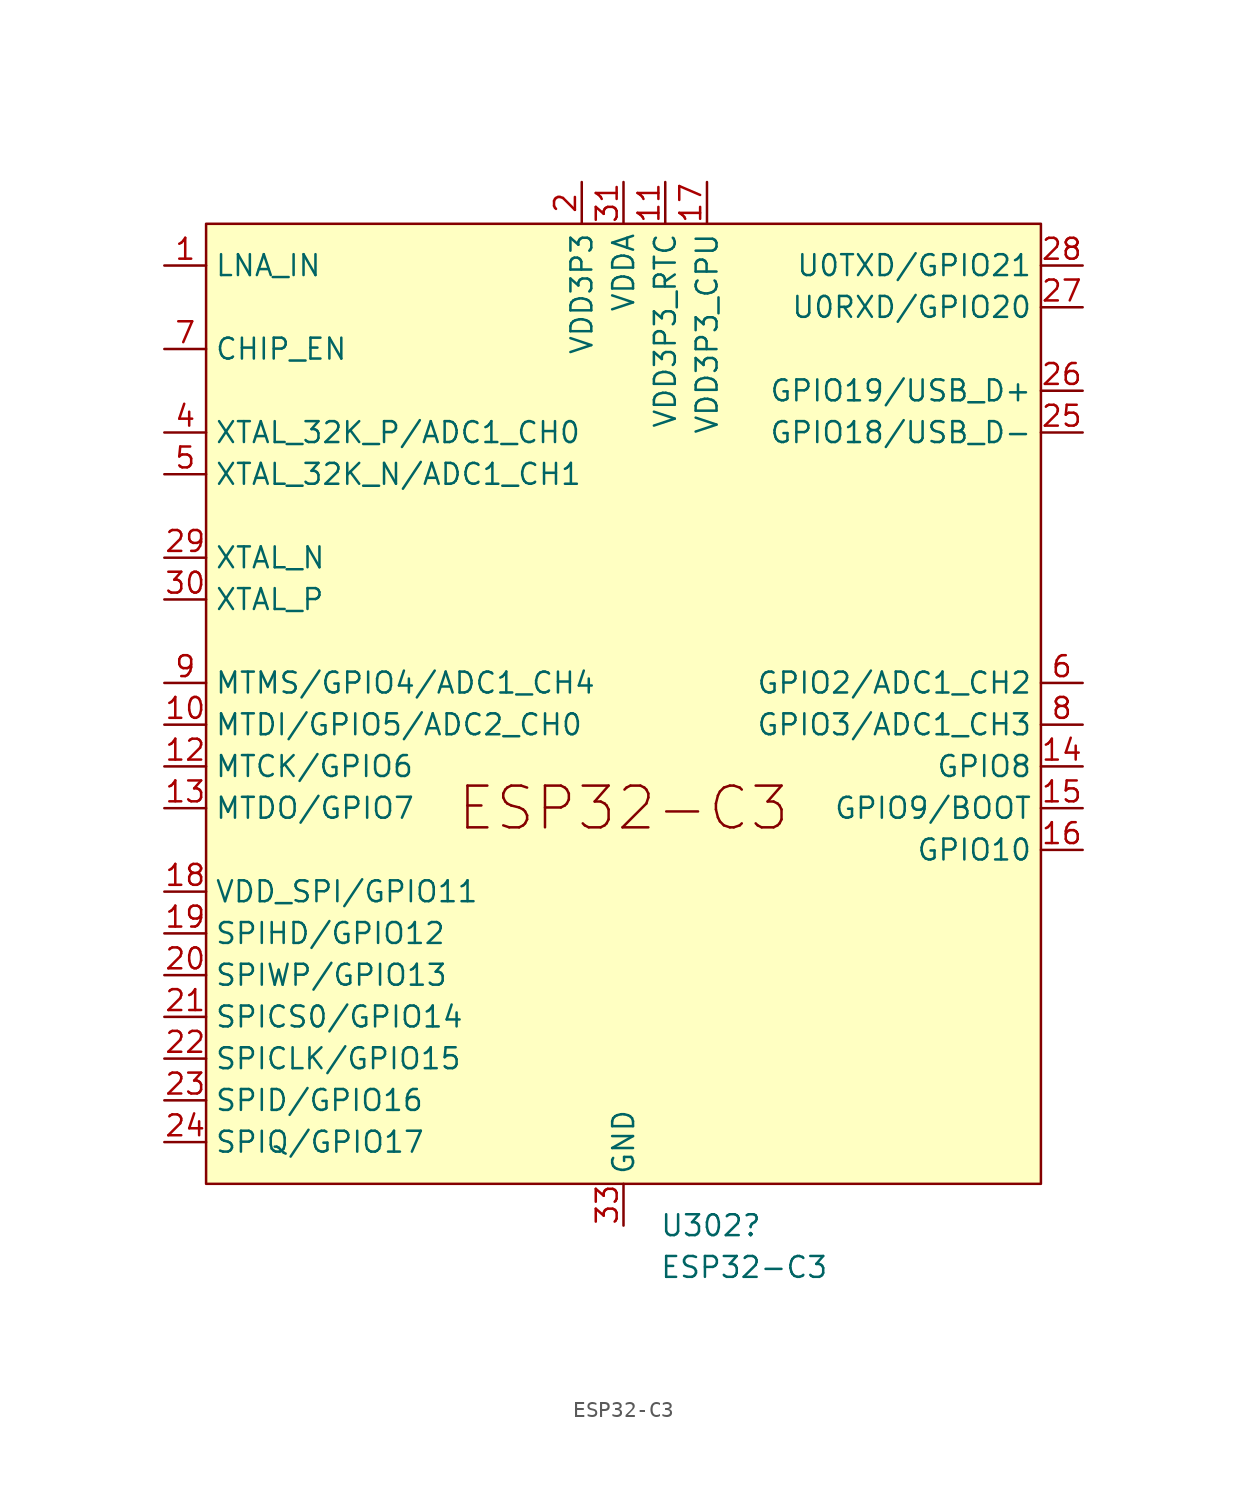
<source format=kicad_sym>
(kicad_symbol_lib
  (version 20231120)
  (generator "kicad_symbol_editor")
  (generator_version "8.0")
  (symbol "ESP32-C3"
    (property "Reference" "U302"
      (at 2.194 -30.48 0)
      (effects (font (size 1.27 1.27)) (justify left)))
    (property "Value" "ESP32-C3"
      (at 2.194 -33.02 0)
      (effects (font (size 1.27 1.27)) (justify left)))
    (symbol "ESP32-C3_0_0"
      (text "ESP32-C3" (at 0 -5.08 0) (effects (font (size 2.54 2.54))))
      (pin bidirectional line (at -27.94 27.94 0) (length 2.54) (name "LNA_IN" (effects (font (size 1.27 1.27)))) (number "1" (effects (font (size 1.27 1.27)))))
      (pin bidirectional line (at -27.94 0 0) (length 2.54) (name "MTDI/GPIO5/ADC2_CH0" (effects (font (size 1.27 1.27)))) (number "10" (effects (font (size 1.27 1.27)))))
      (pin power_in line (at 2.54 33.02 270) (length 2.54) (name "VDD3P3_RTC" (effects (font (size 1.27 1.27)))) (number "11" (effects (font (size 1.27 1.27)))))
      (pin bidirectional line (at -27.94 -2.54 0) (length 2.54) (name "MTCK/GPIO6" (effects (font (size 1.27 1.27)))) (number "12" (effects (font (size 1.27 1.27)))))
      (pin bidirectional line (at -27.94 -5.08 0) (length 2.54) (name "MTDO/GPIO7" (effects (font (size 1.27 1.27)))) (number "13" (effects (font (size 1.27 1.27)))))
      (pin bidirectional line (at 27.94 -2.54 180) (length 2.54) (name "GPIO8" (effects (font (size 1.27 1.27)))) (number "14" (effects (font (size 1.27 1.27)))))
      (pin bidirectional line (at 27.94 -5.08 180) (length 2.54) (name "GPIO9/BOOT" (effects (font (size 1.27 1.27)))) (number "15" (effects (font (size 1.27 1.27)))))
      (pin bidirectional line (at 27.94 -7.62 180) (length 2.54) (name "GPIO10" (effects (font (size 1.27 1.27)))) (number "16" (effects (font (size 1.27 1.27)))))
      (pin power_in line (at 5.08 33.02 270) (length 2.54) (name "VDD3P3_CPU" (effects (font (size 1.27 1.27)))) (number "17" (effects (font (size 1.27 1.27)))))
      (pin bidirectional line (at -27.94 -10.16 0) (length 2.54) (name "VDD_SPI/GPIO11" (effects (font (size 1.27 1.27)))) (number "18" (effects (font (size 1.27 1.27)))))
      (pin bidirectional line (at -27.94 -12.7 0) (length 2.54) (name "SPIHD/GPIO12" (effects (font (size 1.27 1.27)))) (number "19" (effects (font (size 1.27 1.27)))))
      (pin power_in line (at -2.54 33.02 270) (length 2.54) (name "VDD3P3" (effects (font (size 1.27 1.27)))) (number "2" (effects (font (size 1.27 1.27)))))
      (pin bidirectional line (at -27.94 -15.24 0) (length 2.54) (name "SPIWP/GPIO13" (effects (font (size 1.27 1.27)))) (number "20" (effects (font (size 1.27 1.27)))))
      (pin bidirectional line (at -27.94 -17.78 0) (length 2.54) (name "SPICS0/GPIO14" (effects (font (size 1.27 1.27)))) (number "21" (effects (font (size 1.27 1.27)))))
      (pin bidirectional line (at -27.94 -20.32 0) (length 2.54) (name "SPICLK/GPIO15" (effects (font (size 1.27 1.27)))) (number "22" (effects (font (size 1.27 1.27)))))
      (pin bidirectional line (at -27.94 -22.86 0) (length 2.54) (name "SPID/GPIO16" (effects (font (size 1.27 1.27)))) (number "23" (effects (font (size 1.27 1.27)))))
      (pin bidirectional line (at -27.94 -25.4 0) (length 2.54) (name "SPIQ/GPIO17" (effects (font (size 1.27 1.27)))) (number "24" (effects (font (size 1.27 1.27)))))
      (pin bidirectional line (at 27.94 17.78 180) (length 2.54) (name "GPIO18/USB_D-" (effects (font (size 1.27 1.27)))) (number "25" (effects (font (size 1.27 1.27)))))
      (pin bidirectional line (at 27.94 20.32 180) (length 2.54) (name "GPIO19/USB_D+" (effects (font (size 1.27 1.27)))) (number "26" (effects (font (size 1.27 1.27)))))
      (pin bidirectional line (at 27.94 25.4 180) (length 2.54) (name "U0RXD/GPIO20" (effects (font (size 1.27 1.27)))) (number "27" (effects (font (size 1.27 1.27)))))
      (pin bidirectional line (at 27.94 27.94 180) (length 2.54) (name "U0TXD/GPIO21" (effects (font (size 1.27 1.27)))) (number "28" (effects (font (size 1.27 1.27)))))
      (pin output line (at -27.94 10.16 0) (length 2.54) (name "XTAL_N" (effects (font (size 1.27 1.27)))) (number "29" (effects (font (size 1.27 1.27)))))
      (pin input line (at -27.94 7.62 0) (length 2.54) (name "XTAL_P" (effects (font (size 1.27 1.27)))) (number "30" (effects (font (size 1.27 1.27)))))
      (pin power_in line (at 0 33.02 270) (length 2.54) (name "VDDA" (effects (font (size 1.27 1.27)))) (number "31" (effects (font (size 1.27 1.27)))))
      (pin power_in line (at 0 -30.48 90) (length 2.54) (name "GND" (effects (font (size 1.27 1.27)))) (number "33" (effects (font (size 1.27 1.27)))))
      (pin output line (at -27.94 17.78 0) (length 2.54) (name "XTAL_32K_P/ADC1_CH0" (effects (font (size 1.27 1.27)))) (number "4" (effects (font (size 1.27 1.27)))))
      (pin input line (at -27.94 15.24 0) (length 2.54) (name "XTAL_32K_N/ADC1_CH1" (effects (font (size 1.27 1.27)))) (number "5" (effects (font (size 1.27 1.27)))))
      (pin bidirectional line (at 27.94 2.54 180) (length 2.54) (name "GPIO2/ADC1_CH2" (effects (font (size 1.27 1.27)))) (number "6" (effects (font (size 1.27 1.27)))))
      (pin input line (at -27.94 22.86 0) (length 2.54) (name "CHIP_EN" (effects (font (size 1.27 1.27)))) (number "7" (effects (font (size 1.27 1.27)))))
      (pin bidirectional line (at 27.94 0 180) (length 2.54) (name "GPIO3/ADC1_CH3" (effects (font (size 1.27 1.27)))) (number "8" (effects (font (size 1.27 1.27)))))
      (pin bidirectional line (at -27.94 2.54 0) (length 2.54) (name "MTMS/GPIO4/ADC1_CH4" (effects (font (size 1.27 1.27)))) (number "9" (effects (font (size 1.27 1.27))))))
    (symbol "ESP32-C3_0_1"
      (rectangle (start -25.4 30.48) (end 25.4 -27.94) (stroke (width 0) (type default)) (fill (type background)))
      (pin passive line (at -2.54 33.02 270) (length 2.54) hide (name "VDD3P3" (effects (font (size 1.27 1.27)))) (number "3" (effects (font (size 1.27 1.27)))))
      (pin passive line (at 0 33.02 270) (length 2.54) hide (name "VDDA" (effects (font (size 1.27 1.27)))) (number "32" (effects (font (size 1.27 1.27))))))))
</source>
